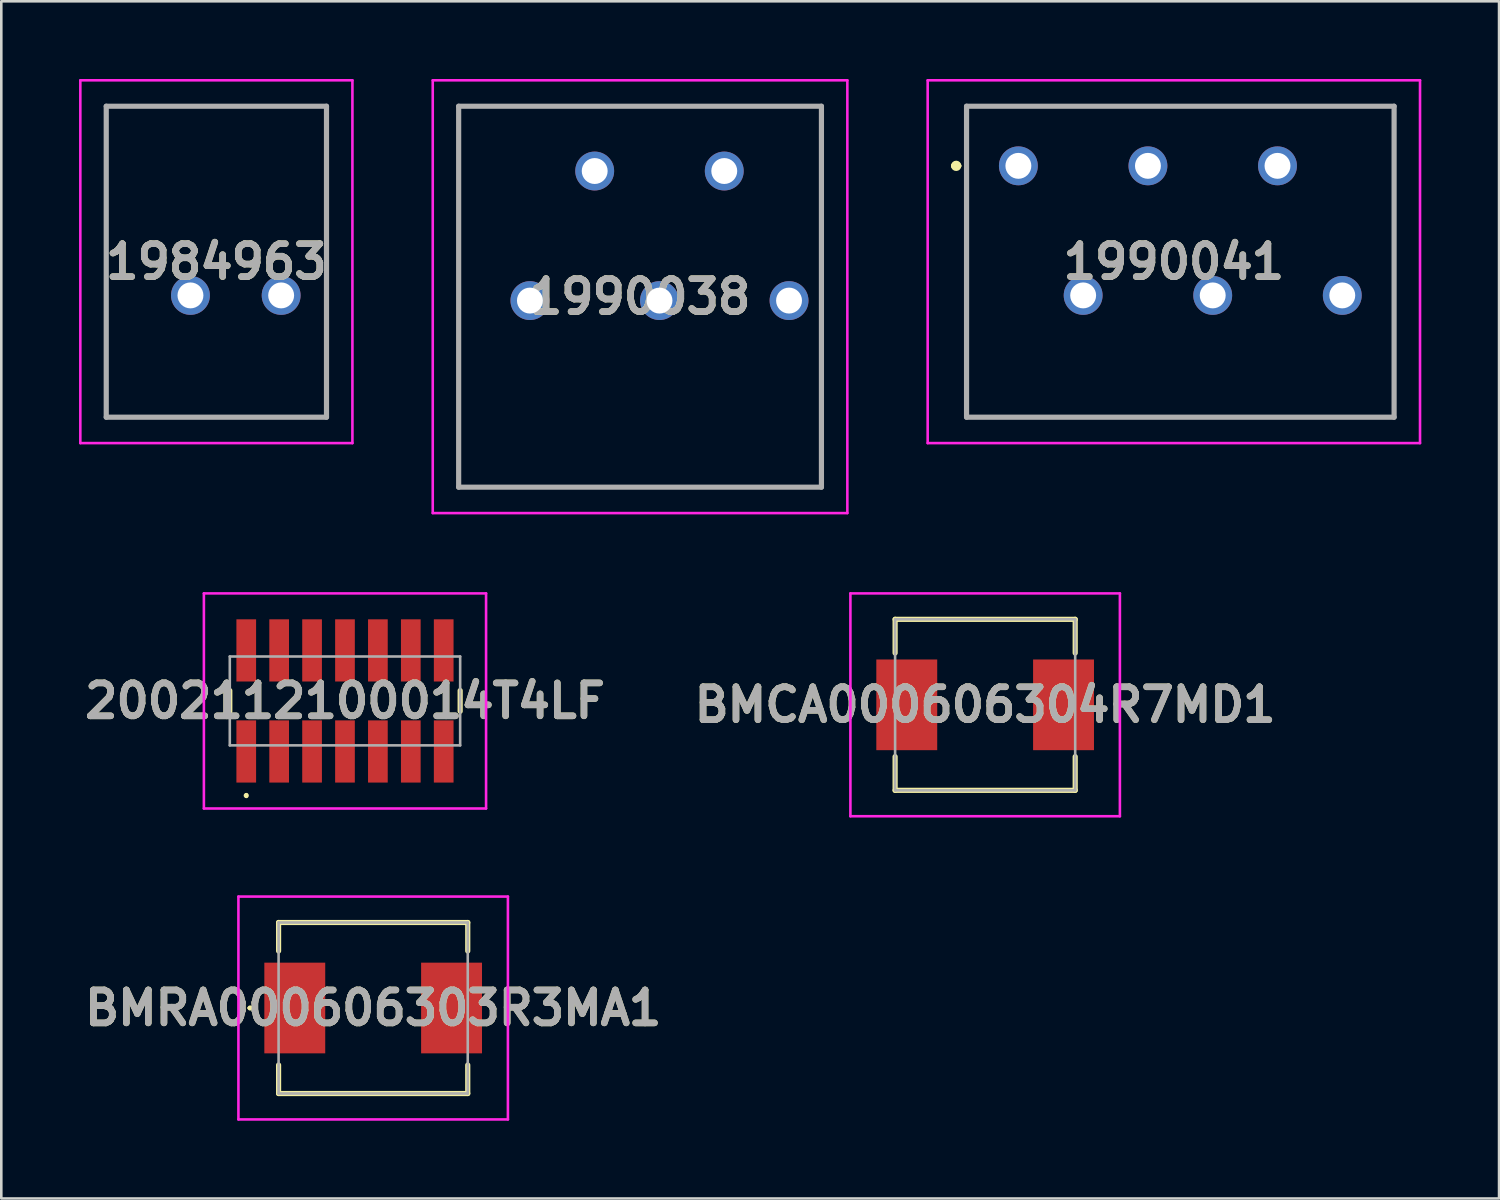
<source format=kicad_pcb>
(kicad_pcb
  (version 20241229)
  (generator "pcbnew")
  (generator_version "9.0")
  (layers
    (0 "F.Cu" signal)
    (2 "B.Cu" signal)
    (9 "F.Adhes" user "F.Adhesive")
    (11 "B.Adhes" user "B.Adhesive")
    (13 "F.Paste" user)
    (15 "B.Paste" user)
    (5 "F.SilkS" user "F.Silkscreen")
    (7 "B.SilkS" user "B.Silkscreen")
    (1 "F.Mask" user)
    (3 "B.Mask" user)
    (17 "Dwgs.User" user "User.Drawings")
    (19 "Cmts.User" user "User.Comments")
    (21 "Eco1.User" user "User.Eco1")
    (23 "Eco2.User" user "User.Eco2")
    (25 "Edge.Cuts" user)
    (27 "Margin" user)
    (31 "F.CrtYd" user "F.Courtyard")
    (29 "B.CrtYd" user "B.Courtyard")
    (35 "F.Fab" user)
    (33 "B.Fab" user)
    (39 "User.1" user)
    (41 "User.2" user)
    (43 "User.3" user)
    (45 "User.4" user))
  (footprint "1984963"
    (layer "F.Cu")
    (at 4.3 8.35)
    (property "Reference" "1984963" (at 1 -1.3 0) (layer "F.SilkS") (effects (font (size 1.27 1.27) (thickness 0.254))))
    (attr through_hole)
    (fp_line (start -3.25 -7.3) (end 5.25 -7.3) (stroke (width 0.1) (type solid)) (layer "F.SilkS"))
    (fp_line (start -3.25 4.7) (end -3.25 -7.3) (stroke (width 0.1) (type solid)) (layer "F.SilkS"))
    (fp_line (start 5.25 -7.3) (end 5.25 4.7) (stroke (width 0.1) (type solid)) (layer "F.SilkS"))
    (fp_line (start 5.25 4.7) (end -3.25 4.7) (stroke (width 0.1) (type solid)) (layer "F.SilkS"))
    (fp_line (start -4.25 -8.3) (end 6.25 -8.3) (stroke (width 0.1) (type solid)) (layer "F.CrtYd"))
    (fp_line (start -4.25 5.7) (end -4.25 -8.3) (stroke (width 0.1) (type solid)) (layer "F.CrtYd"))
    (fp_line (start 6.25 -8.3) (end 6.25 5.7) (stroke (width 0.1) (type solid)) (layer "F.CrtYd"))
    (fp_line (start 6.25 5.7) (end -4.25 5.7) (stroke (width 0.1) (type solid)) (layer "F.CrtYd"))
    (fp_line (start -3.25 -7.3) (end 5.25 -7.3) (stroke (width 0.2) (type solid)) (layer "F.Fab"))
    (fp_line (start -3.25 4.7) (end -3.25 -7.3) (stroke (width 0.2) (type solid)) (layer "F.Fab"))
    (fp_line (start 5.25 -7.3) (end 5.25 4.7) (stroke (width 0.2) (type solid)) (layer "F.Fab"))
    (fp_line (start 5.25 4.7) (end -3.25 4.7) (stroke (width 0.2) (type solid)) (layer "F.Fab"))
    (fp_text user "${REFERENCE}" (at 1 -1.3 0) (layer "F.Fab") (effects (font (size 1.27 1.27) (thickness 0.254))))
    (pad "1" thru_hole circle (at 0 0) (size 1.5 1.5) (drill 1) (layers "*.Cu" "*.Mask"))
    (pad "2" thru_hole circle (at 3.5 0) (size 1.5 1.5) (drill 1) (layers "*.Cu" "*.Mask")))
  (footprint "1990041"
    (layer "F.Cu")
    (at 36.25 3.35)
    (property "Reference" "1990041" (at 6 3.7 0) (layer "F.SilkS") (effects (font (size 1.27 1.27) (thickness 0.254))))
    (attr through_hole)
    (fp_line (start -2.5 0) (end -2.5 0) (stroke (width 0.2) (type solid)) (layer "F.SilkS"))
    (fp_line (start -2.3 0) (end -2.3 0) (stroke (width 0.2) (type solid)) (layer "F.SilkS"))
    (fp_line (start -2 -2.3) (end -2 9.7) (stroke (width 0.1) (type solid)) (layer "F.SilkS"))
    (fp_line (start -2 9.7) (end 14.5 9.7) (stroke (width 0.1) (type solid)) (layer "F.SilkS"))
    (fp_line (start 14.5 -2.3) (end -2 -2.3) (stroke (width 0.1) (type solid)) (layer "F.SilkS"))
    (fp_line (start 14.5 9.7) (end 14.5 -2.3) (stroke (width 0.1) (type solid)) (layer "F.SilkS"))
    (fp_arc (start -2.5 0) (mid -2.4 -0.1) (end -2.3 0) (stroke (width 0.2) (type solid)) (layer "F.SilkS"))
    (fp_arc (start -2.3 0) (mid -2.4 0.1) (end -2.5 0) (stroke (width 0.2) (type solid)) (layer "F.SilkS"))
    (fp_line (start -3.5 -3.3) (end 15.5 -3.3) (stroke (width 0.1) (type solid)) (layer "F.CrtYd"))
    (fp_line (start -3.5 10.7) (end -3.5 -3.3) (stroke (width 0.1) (type solid)) (layer "F.CrtYd"))
    (fp_line (start 15.5 -3.3) (end 15.5 10.7) (stroke (width 0.1) (type solid)) (layer "F.CrtYd"))
    (fp_line (start 15.5 10.7) (end -3.5 10.7) (stroke (width 0.1) (type solid)) (layer "F.CrtYd"))
    (fp_line (start -2 -2.3) (end -2 9.7) (stroke (width 0.2) (type solid)) (layer "F.Fab"))
    (fp_line (start -2 9.7) (end 14.5 9.7) (stroke (width 0.2) (type solid)) (layer "F.Fab"))
    (fp_line (start 14.5 -2.3) (end -2 -2.3) (stroke (width 0.2) (type solid)) (layer "F.Fab"))
    (fp_line (start 14.5 9.7) (end 14.5 -2.3) (stroke (width 0.2) (type solid)) (layer "F.Fab"))
    (fp_text user "${REFERENCE}" (at 6 3.7 0) (layer "F.Fab") (effects (font (size 1.27 1.27) (thickness 0.254))))
    (pad "1" thru_hole circle (at 0 0) (size 1.5 1.5) (drill 1) (layers "*.Cu" "*.Mask"))
    (pad "2" thru_hole circle (at 2.5 5) (size 1.5 1.5) (drill 1) (layers "*.Cu" "*.Mask"))
    (pad "3" thru_hole circle (at 5 0) (size 1.5 1.5) (drill 1) (layers "*.Cu" "*.Mask"))
    (pad "4" thru_hole circle (at 7.5 5) (size 1.5 1.5) (drill 1) (layers "*.Cu" "*.Mask"))
    (pad "5" thru_hole circle (at 10 0) (size 1.5 1.5) (drill 1) (layers "*.Cu" "*.Mask"))
    (pad "6" thru_hole circle (at 12.5 5) (size 1.5 1.5) (drill 1) (layers "*.Cu" "*.Mask")))
  (footprint "BMCA000606304R7MD1"
    (layer "F.Cu")
    (at 34.968 24.15)
    (property "Reference" "BMCA000606304R7MD1" (at 0 0 0) (layer "F.SilkS") (effects (font (size 1.27 1.27) (thickness 0.254))))
    (attr smd)
    (fp_line (start -4.7 0) (end -4.7 0) (stroke (width 0.1) (type solid)) (layer "F.SilkS"))
    (fp_line (start -4.6 0) (end -4.6 0) (stroke (width 0.1) (type solid)) (layer "F.SilkS"))
    (fp_line (start -3.475 -3.3) (end 3.475 -3.3) (stroke (width 0.2) (type solid)) (layer "F.SilkS"))
    (fp_line (start -3.475 -2) (end -3.475 -3.3) (stroke (width 0.2) (type solid)) (layer "F.SilkS"))
    (fp_line (start -3.475 3.3) (end -3.475 2) (stroke (width 0.2) (type solid)) (layer "F.SilkS"))
    (fp_line (start 3.475 -3.3) (end 3.475 -2) (stroke (width 0.2) (type solid)) (layer "F.SilkS"))
    (fp_line (start 3.475 2) (end 3.475 3.3) (stroke (width 0.2) (type solid)) (layer "F.SilkS"))
    (fp_line (start 3.475 3.3) (end -3.475 3.3) (stroke (width 0.2) (type solid)) (layer "F.SilkS"))
    (fp_arc (start -4.7 0) (mid -4.65 -0.05) (end -4.6 0) (stroke (width 0.1) (type solid)) (layer "F.SilkS"))
    (fp_arc (start -4.6 0) (mid -4.65 0.05) (end -4.7 0) (stroke (width 0.1) (type solid)) (layer "F.SilkS"))
    (fp_line (start -5.2 -4.3) (end 5.2 -4.3) (stroke (width 0.1) (type solid)) (layer "F.CrtYd"))
    (fp_line (start -5.2 4.3) (end -5.2 -4.3) (stroke (width 0.1) (type solid)) (layer "F.CrtYd"))
    (fp_line (start 5.2 -4.3) (end 5.2 4.3) (stroke (width 0.1) (type solid)) (layer "F.CrtYd"))
    (fp_line (start 5.2 4.3) (end -5.2 4.3) (stroke (width 0.1) (type solid)) (layer "F.CrtYd"))
    (fp_line (start -3.475 -3.3) (end 3.475 -3.3) (stroke (width 0.1) (type solid)) (layer "F.Fab"))
    (fp_line (start -3.475 3.3) (end -3.475 -3.3) (stroke (width 0.1) (type solid)) (layer "F.Fab"))
    (fp_line (start 3.475 -3.3) (end 3.475 3.3) (stroke (width 0.1) (type solid)) (layer "F.Fab"))
    (fp_line (start 3.475 3.3) (end -3.475 3.3) (stroke (width 0.1) (type solid)) (layer "F.Fab"))
    (fp_text user "${REFERENCE}" (at 0 0 0) (layer "F.Fab") (effects (font (size 1.27 1.27) (thickness 0.254))))
    (pad "1" smd rect (at -3.025 0) (size 2.35 3.5) (layers "F.Cu" "F.Mask" "F.Paste"))
    (pad "2" smd rect (at 3.025 0) (size 2.35 3.5) (layers "F.Cu" "F.Mask" "F.Paste")))
  (footprint "2002112100014T4LF"
    (layer "F.Cu")
    (at 10.263 24)
    (property "Reference" "2002112100014T4LF" (at 0 0 0) (layer "F.SilkS") (effects (font (size 1.27 1.27) (thickness 0.254))))
    (attr smd)
    (fp_line (start -4.445 -0.4) (end -4.445 0.4) (stroke (width 0.2) (type solid)) (layer "F.SilkS"))
    (fp_line (start -3.81 3.6) (end -3.81 3.6) (stroke (width 0.1) (type solid)) (layer "F.SilkS"))
    (fp_line (start -3.81 3.7) (end -3.81 3.7) (stroke (width 0.1) (type solid)) (layer "F.SilkS"))
    (fp_line (start 4.445 -0.4) (end 4.445 0.4) (stroke (width 0.2) (type solid)) (layer "F.SilkS"))
    (fp_arc (start -3.81 3.6) (mid -3.76 3.65) (end -3.81 3.7) (stroke (width 0.1) (type solid)) (layer "F.SilkS"))
    (fp_arc (start -3.81 3.7) (mid -3.86 3.65) (end -3.81 3.6) (stroke (width 0.1) (type solid)) (layer "F.SilkS"))
    (fp_line (start -5.445 -4.15) (end 5.445 -4.15) (stroke (width 0.1) (type solid)) (layer "F.CrtYd"))
    (fp_line (start -5.445 4.15) (end -5.445 -4.15) (stroke (width 0.1) (type solid)) (layer "F.CrtYd"))
    (fp_line (start 5.445 -4.15) (end 5.445 4.15) (stroke (width 0.1) (type solid)) (layer "F.CrtYd"))
    (fp_line (start 5.445 4.15) (end -5.445 4.15) (stroke (width 0.1) (type solid)) (layer "F.CrtYd"))
    (fp_line (start -4.445 -1.715) (end 4.445 -1.715) (stroke (width 0.1) (type solid)) (layer "F.Fab"))
    (fp_line (start -4.445 1.715) (end -4.445 -1.715) (stroke (width 0.1) (type solid)) (layer "F.Fab"))
    (fp_line (start 4.445 -1.715) (end 4.445 1.715) (stroke (width 0.1) (type solid)) (layer "F.Fab"))
    (fp_line (start 4.445 1.715) (end -4.445 1.715) (stroke (width 0.1) (type solid)) (layer "F.Fab"))
    (fp_text user "${REFERENCE}" (at 0 0 0) (layer "F.Fab") (effects (font (size 1.27 1.27) (thickness 0.254))))
    (pad "1" smd rect (at -3.81 1.95) (size 0.76 2.4) (layers "F.Cu" "F.Mask" "F.Paste"))
    (pad "2" smd rect (at -3.81 -1.95) (size 0.76 2.4) (layers "F.Cu" "F.Mask" "F.Paste"))
    (pad "3" smd rect (at -2.54 1.95) (size 0.76 2.4) (layers "F.Cu" "F.Mask" "F.Paste"))
    (pad "4" smd rect (at -2.54 -1.95) (size 0.76 2.4) (layers "F.Cu" "F.Mask" "F.Paste"))
    (pad "5" smd rect (at -1.27 1.95) (size 0.76 2.4) (layers "F.Cu" "F.Mask" "F.Paste"))
    (pad "6" smd rect (at -1.27 -1.95) (size 0.76 2.4) (layers "F.Cu" "F.Mask" "F.Paste"))
    (pad "7" smd rect (at 0 1.95) (size 0.76 2.4) (layers "F.Cu" "F.Mask" "F.Paste"))
    (pad "8" smd rect (at 0 -1.95) (size 0.76 2.4) (layers "F.Cu" "F.Mask" "F.Paste"))
    (pad "9" smd rect (at 1.27 1.95) (size 0.76 2.4) (layers "F.Cu" "F.Mask" "F.Paste"))
    (pad "10" smd rect (at 1.27 -1.95) (size 0.76 2.4) (layers "F.Cu" "F.Mask" "F.Paste"))
    (pad "11" smd rect (at 2.54 1.95) (size 0.76 2.4) (layers "F.Cu" "F.Mask" "F.Paste"))
    (pad "12" smd rect (at 2.54 -1.95) (size 0.76 2.4) (layers "F.Cu" "F.Mask" "F.Paste"))
    (pad "13" smd rect (at 3.81 1.95) (size 0.76 2.4) (layers "F.Cu" "F.Mask" "F.Paste"))
    (pad "14" smd rect (at 3.81 -1.95) (size 0.76 2.4) (layers "F.Cu" "F.Mask" "F.Paste")))
  (footprint "BMRA000606303R3MA1"
    (layer "F.Cu")
    (at 11.351 35.85)
    (property "Reference" "BMRA000606303R3MA1" (at 0 0 0) (layer "F.SilkS") (effects (font (size 1.27 1.27) (thickness 0.254))))
    (attr smd)
    (fp_line (start -4.8 0) (end -4.8 0) (stroke (width 0.1) (type solid)) (layer "F.SilkS"))
    (fp_line (start -4.7 0) (end -4.7 0) (stroke (width 0.1) (type solid)) (layer "F.SilkS"))
    (fp_line (start -3.65 -3.3) (end 3.65 -3.3) (stroke (width 0.2) (type solid)) (layer "F.SilkS"))
    (fp_line (start -3.65 -2.2) (end -3.65 -3.3) (stroke (width 0.2) (type solid)) (layer "F.SilkS"))
    (fp_line (start -3.65 2.2) (end -3.65 3.3) (stroke (width 0.2) (type solid)) (layer "F.SilkS"))
    (fp_line (start -3.65 3.3) (end 3.65 3.3) (stroke (width 0.2) (type solid)) (layer "F.SilkS"))
    (fp_line (start 3.65 -3.3) (end 3.65 -2.2) (stroke (width 0.2) (type solid)) (layer "F.SilkS"))
    (fp_line (start 3.65 3.3) (end 3.65 2.2) (stroke (width 0.2) (type solid)) (layer "F.SilkS"))
    (fp_arc (start -4.8 0) (mid -4.75 -0.05) (end -4.7 0) (stroke (width 0.1) (type solid)) (layer "F.SilkS"))
    (fp_arc (start -4.7 0) (mid -4.75 0.05) (end -4.8 0) (stroke (width 0.1) (type solid)) (layer "F.SilkS"))
    (fp_line (start -5.2 -4.3) (end 5.2 -4.3) (stroke (width 0.1) (type solid)) (layer "F.CrtYd"))
    (fp_line (start -5.2 4.3) (end -5.2 -4.3) (stroke (width 0.1) (type solid)) (layer "F.CrtYd"))
    (fp_line (start 5.2 -4.3) (end 5.2 4.3) (stroke (width 0.1) (type solid)) (layer "F.CrtYd"))
    (fp_line (start 5.2 4.3) (end -5.2 4.3) (stroke (width 0.1) (type solid)) (layer "F.CrtYd"))
    (fp_line (start -3.65 -3.3) (end 3.65 -3.3) (stroke (width 0.1) (type solid)) (layer "F.Fab"))
    (fp_line (start -3.65 3.3) (end -3.65 -3.3) (stroke (width 0.1) (type solid)) (layer "F.Fab"))
    (fp_line (start 3.65 -3.3) (end 3.65 3.3) (stroke (width 0.1) (type solid)) (layer "F.Fab"))
    (fp_line (start 3.65 3.3) (end -3.65 3.3) (stroke (width 0.1) (type solid)) (layer "F.Fab"))
    (fp_text user "${REFERENCE}" (at 0 0 0) (layer "F.Fab") (effects (font (size 1.27 1.27) (thickness 0.254))))
    (pad "1" smd rect (at -3.025 0) (size 2.35 3.5) (layers "F.Cu" "F.Mask" "F.Paste"))
    (pad "2" smd rect (at 3.025 0) (size 2.35 3.5) (layers "F.Cu" "F.Mask" "F.Paste")))
  (footprint "1990038"
    (layer "F.Cu")
    (at 17.4 8.55)
    (property "Reference" "1990038" (at 4.25 -0.15 0) (layer "F.SilkS") (effects (font (size 1.27 1.27) (thickness 0.254))))
    (attr through_hole)
    (fp_line (start -2.75 -7.5) (end 11.25 -7.5) (stroke (width 0.1) (type solid)) (layer "F.SilkS"))
    (fp_line (start -2.75 7.2) (end -2.75 -7.5) (stroke (width 0.1) (type solid)) (layer "F.SilkS"))
    (fp_line (start 11.25 -7.5) (end 11.25 7.2) (stroke (width 0.1) (type solid)) (layer "F.SilkS"))
    (fp_line (start 11.25 7.2) (end -2.75 7.2) (stroke (width 0.1) (type solid)) (layer "F.SilkS"))
    (fp_line (start -3.75 -8.5) (end 12.25 -8.5) (stroke (width 0.1) (type solid)) (layer "F.CrtYd"))
    (fp_line (start -3.75 8.2) (end -3.75 -8.5) (stroke (width 0.1) (type solid)) (layer "F.CrtYd"))
    (fp_line (start 12.25 -8.5) (end 12.25 8.2) (stroke (width 0.1) (type solid)) (layer "F.CrtYd"))
    (fp_line (start 12.25 8.2) (end -3.75 8.2) (stroke (width 0.1) (type solid)) (layer "F.CrtYd"))
    (fp_line (start -2.75 -7.5) (end 11.25 -7.5) (stroke (width 0.2) (type solid)) (layer "F.Fab"))
    (fp_line (start -2.75 7.2) (end -2.75 -7.5) (stroke (width 0.2) (type solid)) (layer "F.Fab"))
    (fp_line (start 11.25 -7.5) (end 11.25 7.2) (stroke (width 0.2) (type solid)) (layer "F.Fab"))
    (fp_line (start 11.25 7.2) (end -2.75 7.2) (stroke (width 0.2) (type solid)) (layer "F.Fab"))
    (fp_text user "${REFERENCE}" (at 4.25 -0.15 0) (layer "F.Fab") (effects (font (size 1.27 1.27) (thickness 0.254))))
    (pad "1" thru_hole circle (at 0 0) (size 1.5 1.5) (drill 1) (layers "*.Cu" "*.Mask"))
    (pad "2" thru_hole circle (at 2.5 -5) (size 1.5 1.5) (drill 1) (layers "*.Cu" "*.Mask"))
    (pad "3" thru_hole circle (at 5 0) (size 1.5 1.5) (drill 1) (layers "*.Cu" "*.Mask"))
    (pad "4" thru_hole circle (at 7.5 -5) (size 1.5 1.5) (drill 1) (layers "*.Cu" "*.Mask"))
    (pad "5" thru_hole circle (at 10 0) (size 1.5 1.5) (drill 1) (layers "*.Cu" "*.Mask")))
  (gr_rect
    (start -3 -3)
    (end 54.8 43.2)
    (stroke (width 0.1) (type default))
    (fill no)
    (layer "Edge.Cuts")))
</source>
